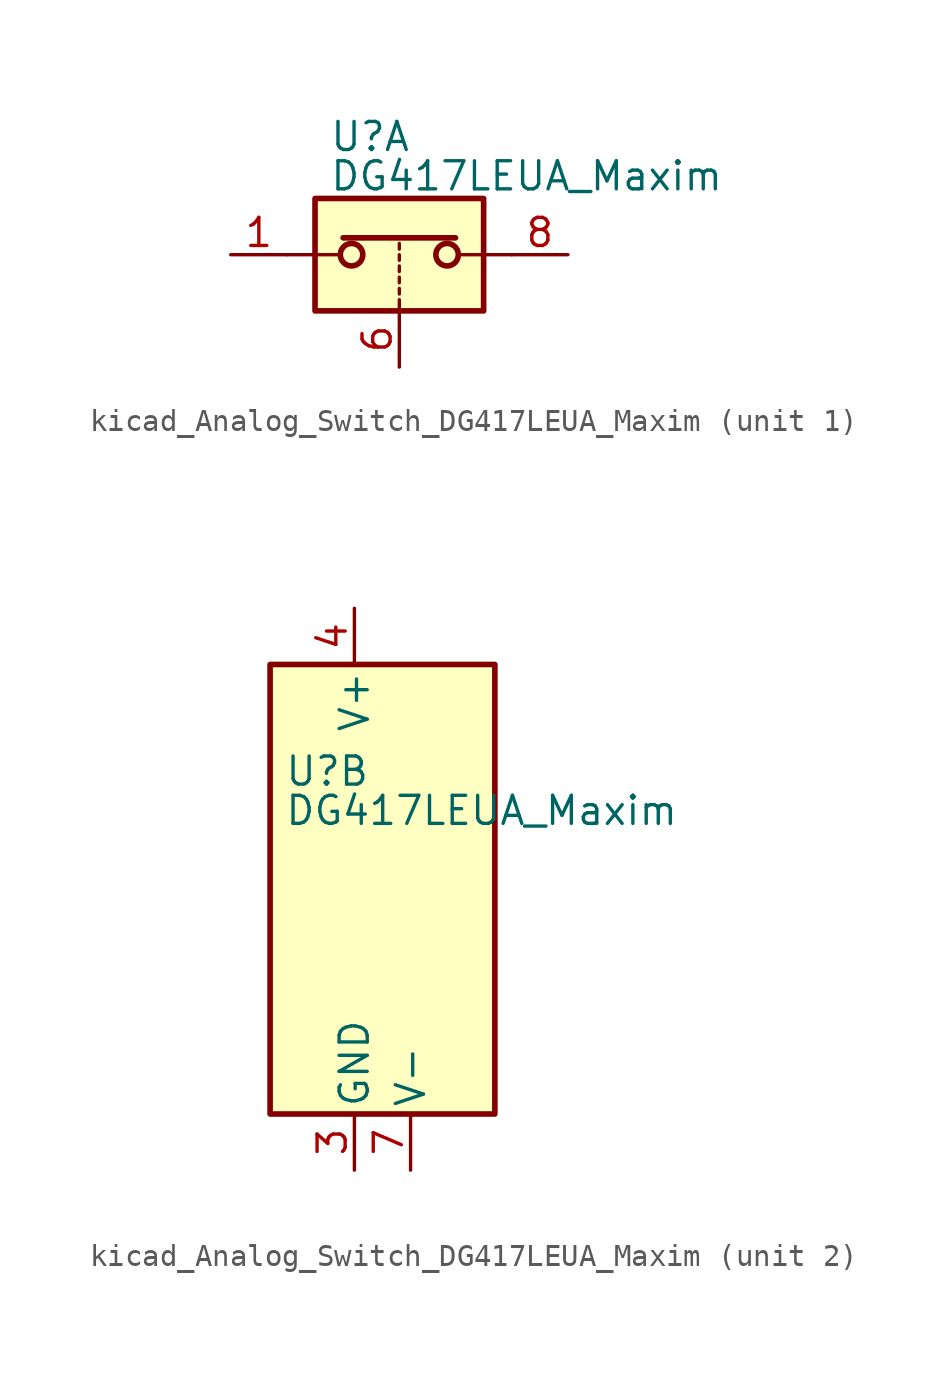
<source format=kicad_sym>
(kicad_symbol_lib
  (version 20220914)
  (generator kicad_symbol_editor)
  (symbol "kicad_Analog_Switch_DG417LEUA_Maxim"
    (pin_names
      (offset 0.254))
    (property "Reference" "U"
      (at -3.175 5.334 0)
      (effects (font (size 1.27 1.27)) (justify left)))
    (property "Value" "DG417LEUA_Maxim"
      (at -3.175 3.556 0)
      (effects (font (size 1.27 1.27)) (justify left)))
    (symbol "kicad_Analog_Switch_DG417LEUA_Maxim_1_1"
      (rectangle (start -3.81 2.54) (end 3.81 -2.54) (stroke (width 0.254) (type default)) (fill (type background)))
      (circle (center -2.159 0) (radius 0.508) (stroke (width 0.254) (type default)) (fill (type none)))
      (polyline (pts (xy -5.08 0) (xy -2.794 0)) (stroke (width 0) (type default)) (fill (type none)))
      (polyline (pts (xy -2.54 0.762) (xy 2.54 0.762)) (stroke (width 0.254) (type default)) (fill (type none)))
      (polyline (pts (xy 0 -2.54) (xy 0 -2.032)) (stroke (width 0) (type default)) (fill (type none)))
      (polyline (pts (xy 0 -1.778) (xy 0 -1.524)) (stroke (width 0) (type default)) (fill (type none)))
      (polyline (pts (xy 0 -1.27) (xy 0 -1.016)) (stroke (width 0) (type default)) (fill (type none)))
      (polyline (pts (xy 0 -0.762) (xy 0 -0.508)) (stroke (width 0) (type default)) (fill (type none)))
      (polyline (pts (xy 0 -0.254) (xy 0 0)) (stroke (width 0) (type default)) (fill (type none)))
      (polyline (pts (xy 0 0.254) (xy 0 0.508)) (stroke (width 0) (type default)) (fill (type none)))
      (polyline (pts (xy 5.08 0) (xy 2.794 0)) (stroke (width 0) (type default)) (fill (type none)))
      (circle (center 2.159 0) (radius 0.508) (stroke (width 0.254) (type default)) (fill (type none)))
      (pin passive line (at -7.62 0 0) (length 2.54) (name "~" (effects (font (size 1.27 1.27)))) (number "1" (effects (font (size 1.27 1.27)))))
      (pin input line (at 0 -5.08 90) (length 2.54) (name "~" (effects (font (size 1.27 1.27)))) (number "6" (effects (font (size 1.27 1.27)))))
      (pin passive line (at 7.62 0 180) (length 2.54) (name "~" (effects (font (size 1.27 1.27)))) (number "8" (effects (font (size 1.27 1.27))))))
    (symbol "kicad_Analog_Switch_DG417LEUA_Maxim_2_0"
      (pin no_connect line (at -2.54 10.16 270) (length 2.54) hide (name "NC" (effects (font (size 1.27 1.27)))) (number "2" (effects (font (size 1.27 1.27)))))
      (pin power_in line (at 0 -12.7 90) (length 2.54) (name "GND" (effects (font (size 1.27 1.27)))) (number "3" (effects (font (size 1.27 1.27)))))
      (pin power_in line (at 0 12.7 270) (length 2.54) (name "V+" (effects (font (size 1.27 1.27)))) (number "4" (effects (font (size 1.27 1.27)))))
      (pin no_connect line (at 2.54 10.16 270) (length 2.54) hide (name "NC" (effects (font (size 1.27 1.27)))) (number "5" (effects (font (size 1.27 1.27)))))
      (pin power_in line (at 2.54 -12.7 90) (length 2.54) (name "V-" (effects (font (size 1.27 1.27)))) (number "7" (effects (font (size 1.27 1.27))))))
    (symbol "kicad_Analog_Switch_DG417LEUA_Maxim_2_1"
      (rectangle (start -3.81 10.16) (end 6.35 -10.16) (stroke (width 0.254) (type default)) (fill (type background))))))
</source>
